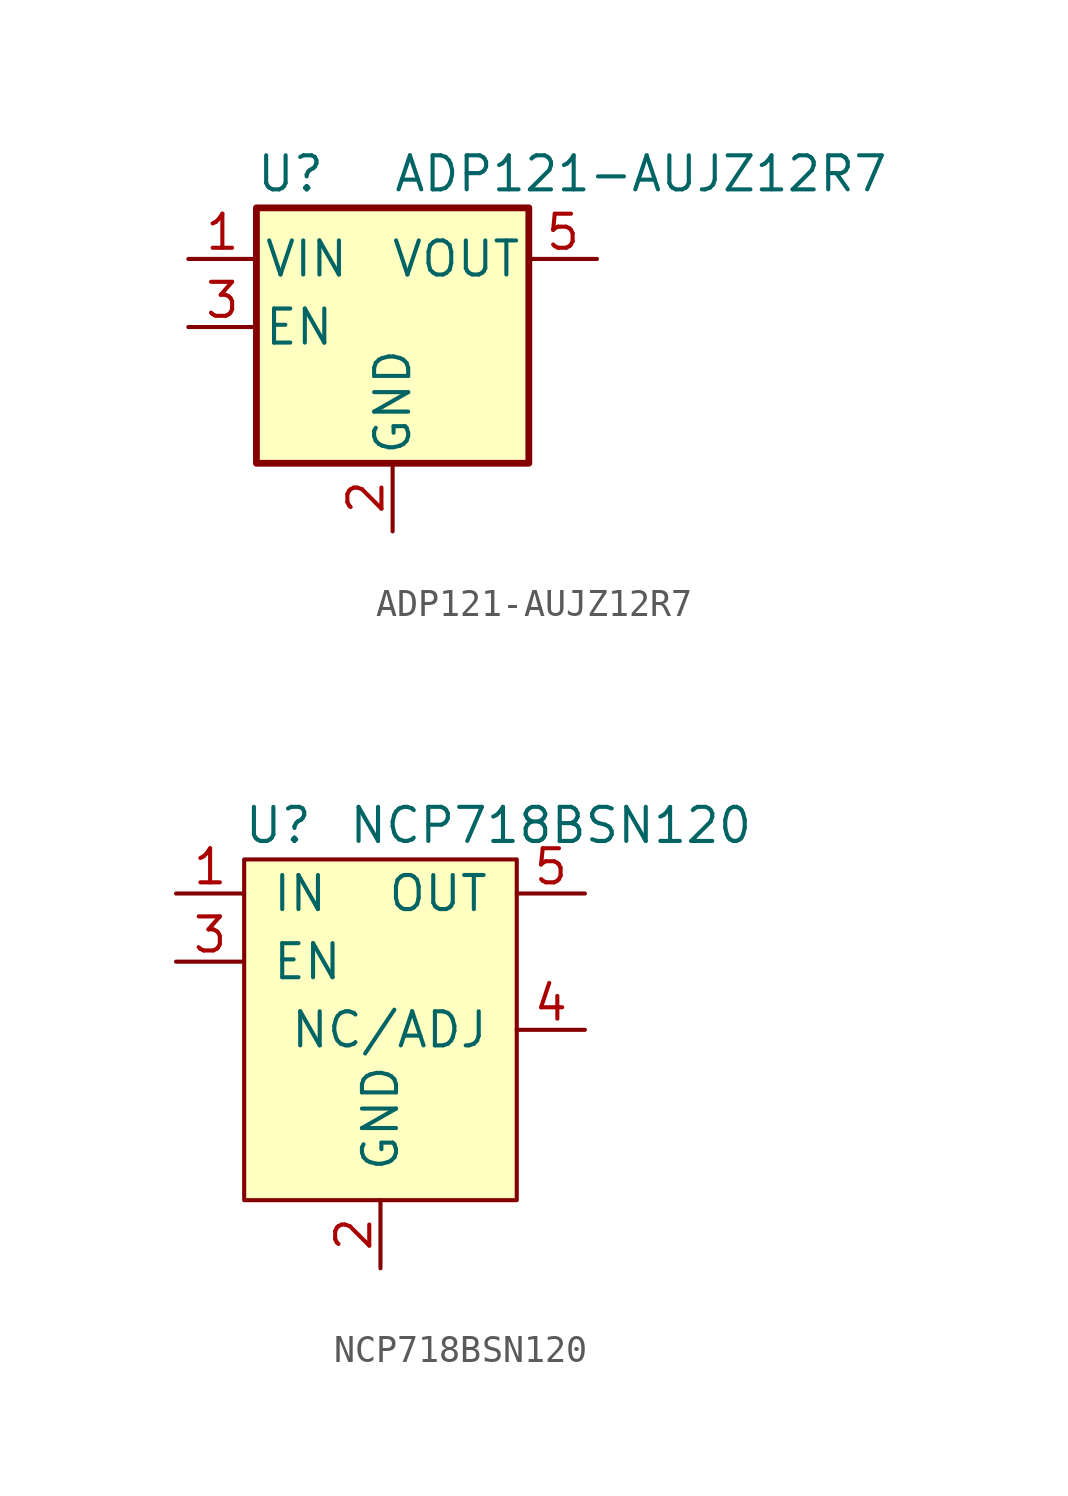
<source format=kicad_sym>
(kicad_symbol_lib
  (version 20231120)
  (generator "kicad_symbol_editor")
  (generator_version "8.0")
  (symbol "ADP121-AUJZ12R7"
    (pin_names
      (offset 0.254))
    (property "Reference" "U"
      (at -3.81 5.715 0)
      (effects (font (size 1.27 1.27))))
    (property "Value" "ADP121-AUJZ12R7"
      (at 0 5.715 0)
      (effects (font (size 1.27 1.27)) (justify left)))
    (symbol "ADP121-AUJZ12R7_0_0"
      (pin no_connect line (at 5.08 0 180) (length 2.54) hide (name "NC" (effects (font (size 1.27 1.27)))) (number "4" (effects (font (size 1.27 1.27))))))
    (symbol "ADP121-AUJZ12R7_0_1"
      (rectangle (start -5.08 4.445) (end 5.08 -5.08) (stroke (width 0.254) (type solid)) (fill (type background))))
    (symbol "ADP121-AUJZ12R7_1_1"
      (pin power_in line (at -7.62 2.54 0) (length 2.54) (name "VIN" (effects (font (size 1.27 1.27)))) (number "1" (effects (font (size 1.27 1.27)))))
      (pin power_in line (at 0 -7.62 90) (length 2.54) (name "GND" (effects (font (size 1.27 1.27)))) (number "2" (effects (font (size 1.27 1.27)))))
      (pin input line (at -7.62 0 0) (length 2.54) (name "EN" (effects (font (size 1.27 1.27)))) (number "3" (effects (font (size 1.27 1.27)))))
      (pin power_out line (at 7.62 2.54 180) (length 2.54) (name "VOUT" (effects (font (size 1.27 1.27)))) (number "5" (effects (font (size 1.27 1.27)))))))
  (symbol "NCP718BSN120"
    (pin_names
      (offset 1.016))
    (property "Reference" "U"
      (at -3.81 7.62 0)
      (effects (font (size 1.27 1.27))))
    (property "Value" "NCP718BSN120"
      (at 6.35 7.62 0)
      (effects (font (size 1.27 1.27))))
    (symbol "NCP718BSN120_0_0"
      (pin power_in line (at -7.62 5.08 0) (length 2.54) (name "IN" (effects (font (size 1.27 1.27)))) (number "1" (effects (font (size 1.27 1.27)))))
      (pin power_in line (at 0 -8.89 90) (length 2.54) (name "GND" (effects (font (size 1.27 1.27)))) (number "2" (effects (font (size 1.27 1.27)))))
      (pin input line (at -7.62 2.54 0) (length 2.54) (name "EN" (effects (font (size 1.27 1.27)))) (number "3" (effects (font (size 1.27 1.27)))))
      (pin passive line (at 7.62 0 180) (length 2.54) (name "NC/ADJ" (effects (font (size 1.27 1.27)))) (number "4" (effects (font (size 1.27 1.27)))))
      (pin power_out line (at 7.62 5.08 180) (length 2.54) (name "OUT" (effects (font (size 1.27 1.27)))) (number "5" (effects (font (size 1.27 1.27))))))
    (symbol "NCP718BSN120_0_1"
      (rectangle (start -5.08 6.35) (end 5.08 -6.35) (stroke (width 0) (type solid)) (fill (type background))))))
</source>
